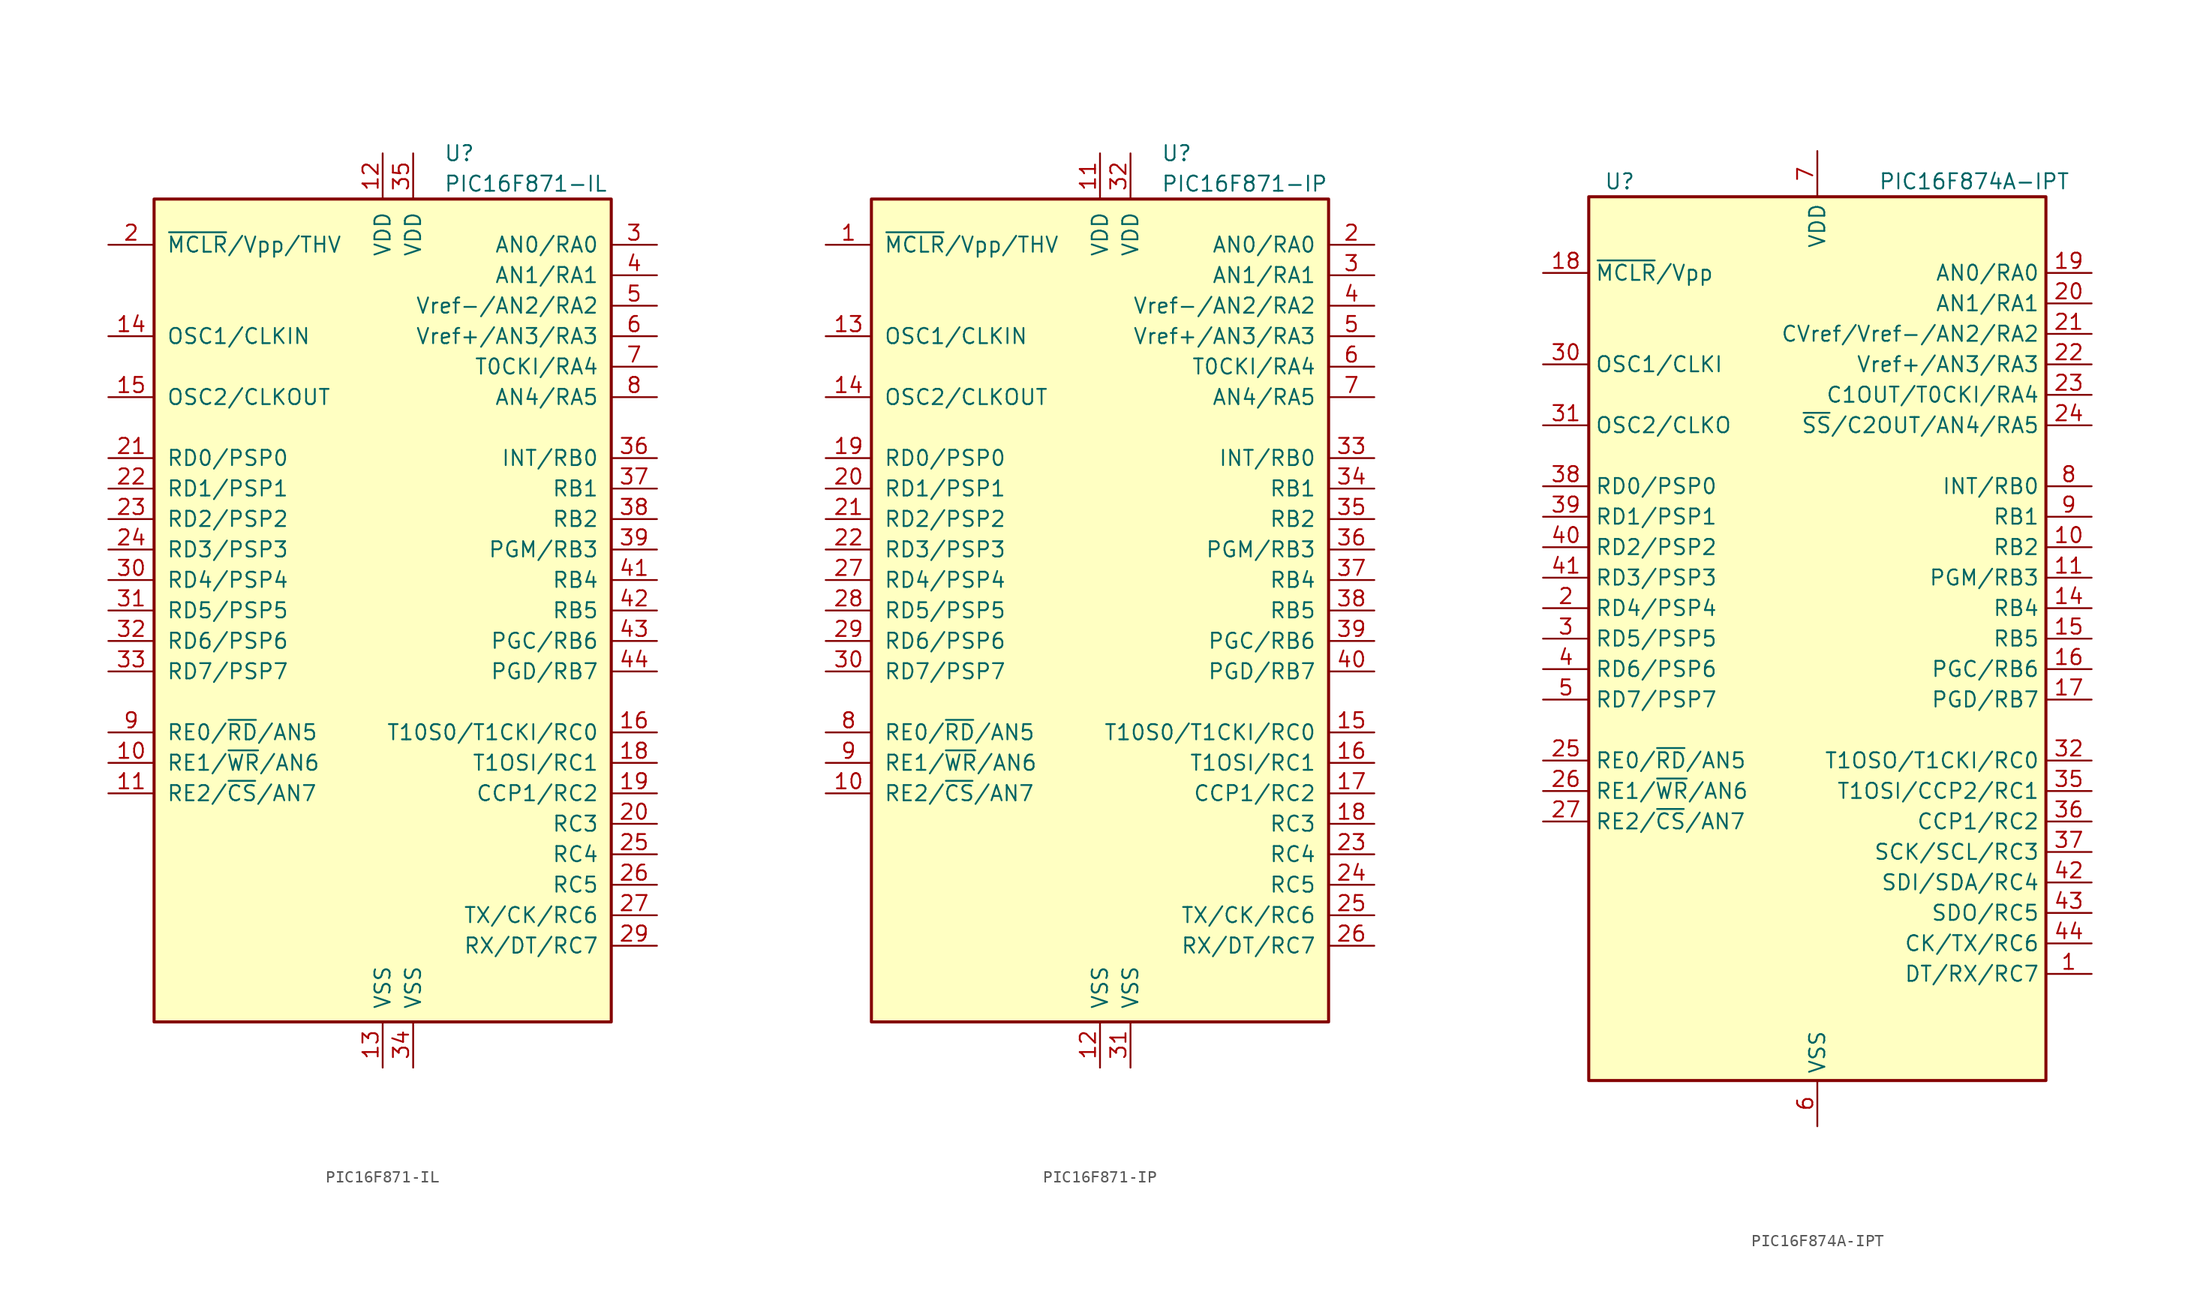
<source format=kicad_sym>
(kicad_symbol_lib
  (version 20241209)
  (generator "kicad_symbol_editor")
  (generator_version "9.0")
  (symbol "PIC16F871-IL"
    (pin_names
      (offset 1.016))
    (property "Reference" "U"
      (at 5.08 38.1 0)
      (effects (font (size 1.27 1.27)) (justify left)))
    (property "Value" "PIC16F871-IL"
      (at 5.08 35.56 0)
      (effects (font (size 1.27 1.27)) (justify left)))
    (symbol "PIC16F871-IL_0_1"
      (rectangle (start -19.05 -34.29) (end 19.05 34.29) (stroke (width 0.254) (type default)) (fill (type background))))
    (symbol "PIC16F871-IL_1_1"
      (pin input line (at -22.86 30.48 0) (length 3.81) (name "~{MCLR}/Vpp/THV" (effects (font (size 1.27 1.27)))) (number "2" (effects (font (size 1.27 1.27)))))
      (pin input line (at -22.86 22.86 0) (length 3.81) (name "OSC1/CLKIN" (effects (font (size 1.27 1.27)))) (number "14" (effects (font (size 1.27 1.27)))))
      (pin output line (at -22.86 17.78 0) (length 3.81) (name "OSC2/CLKOUT" (effects (font (size 1.27 1.27)))) (number "15" (effects (font (size 1.27 1.27)))))
      (pin bidirectional line (at -22.86 12.7 0) (length 3.81) (name "RD0/PSP0" (effects (font (size 1.27 1.27)))) (number "21" (effects (font (size 1.27 1.27)))))
      (pin bidirectional line (at -22.86 10.16 0) (length 3.81) (name "RD1/PSP1" (effects (font (size 1.27 1.27)))) (number "22" (effects (font (size 1.27 1.27)))))
      (pin bidirectional line (at -22.86 7.62 0) (length 3.81) (name "RD2/PSP2" (effects (font (size 1.27 1.27)))) (number "23" (effects (font (size 1.27 1.27)))))
      (pin bidirectional line (at -22.86 5.08 0) (length 3.81) (name "RD3/PSP3" (effects (font (size 1.27 1.27)))) (number "24" (effects (font (size 1.27 1.27)))))
      (pin bidirectional line (at -22.86 2.54 0) (length 3.81) (name "RD4/PSP4" (effects (font (size 1.27 1.27)))) (number "30" (effects (font (size 1.27 1.27)))))
      (pin bidirectional line (at -22.86 0 0) (length 3.81) (name "RD5/PSP5" (effects (font (size 1.27 1.27)))) (number "31" (effects (font (size 1.27 1.27)))))
      (pin bidirectional line (at -22.86 -2.54 0) (length 3.81) (name "RD6/PSP6" (effects (font (size 1.27 1.27)))) (number "32" (effects (font (size 1.27 1.27)))))
      (pin bidirectional line (at -22.86 -5.08 0) (length 3.81) (name "RD7/PSP7" (effects (font (size 1.27 1.27)))) (number "33" (effects (font (size 1.27 1.27)))))
      (pin bidirectional line (at -22.86 -10.16 0) (length 3.81) (name "RE0/~{RD}/AN5" (effects (font (size 1.27 1.27)))) (number "9" (effects (font (size 1.27 1.27)))))
      (pin bidirectional line (at -22.86 -12.7 0) (length 3.81) (name "RE1/~{WR}/AN6" (effects (font (size 1.27 1.27)))) (number "10" (effects (font (size 1.27 1.27)))))
      (pin bidirectional line (at -22.86 -15.24 0) (length 3.81) (name "RE2/~{CS}/AN7" (effects (font (size 1.27 1.27)))) (number "11" (effects (font (size 1.27 1.27)))))
      (pin power_in line (at 0 38.1 270) (length 3.81) (name "VDD" (effects (font (size 1.27 1.27)))) (number "12" (effects (font (size 1.27 1.27)))))
      (pin power_in line (at 0 -38.1 90) (length 3.81) (name "VSS" (effects (font (size 1.27 1.27)))) (number "13" (effects (font (size 1.27 1.27)))))
      (pin power_in line (at 2.54 38.1 270) (length 3.81) (name "VDD" (effects (font (size 1.27 1.27)))) (number "35" (effects (font (size 1.27 1.27)))))
      (pin power_in line (at 2.54 -38.1 90) (length 3.81) (name "VSS" (effects (font (size 1.27 1.27)))) (number "34" (effects (font (size 1.27 1.27)))))
      (pin bidirectional line (at 22.86 30.48 180) (length 3.81) (name "AN0/RA0" (effects (font (size 1.27 1.27)))) (number "3" (effects (font (size 1.27 1.27)))))
      (pin bidirectional line (at 22.86 27.94 180) (length 3.81) (name "AN1/RA1" (effects (font (size 1.27 1.27)))) (number "4" (effects (font (size 1.27 1.27)))))
      (pin bidirectional line (at 22.86 25.4 180) (length 3.81) (name "Vref-/AN2/RA2" (effects (font (size 1.27 1.27)))) (number "5" (effects (font (size 1.27 1.27)))))
      (pin bidirectional line (at 22.86 22.86 180) (length 3.81) (name "Vref+/AN3/RA3" (effects (font (size 1.27 1.27)))) (number "6" (effects (font (size 1.27 1.27)))))
      (pin bidirectional line (at 22.86 20.32 180) (length 3.81) (name "T0CKI/RA4" (effects (font (size 1.27 1.27)))) (number "7" (effects (font (size 1.27 1.27)))))
      (pin bidirectional line (at 22.86 17.78 180) (length 3.81) (name "AN4/RA5" (effects (font (size 1.27 1.27)))) (number "8" (effects (font (size 1.27 1.27)))))
      (pin bidirectional line (at 22.86 12.7 180) (length 3.81) (name "INT/RB0" (effects (font (size 1.27 1.27)))) (number "36" (effects (font (size 1.27 1.27)))))
      (pin bidirectional line (at 22.86 10.16 180) (length 3.81) (name "RB1" (effects (font (size 1.27 1.27)))) (number "37" (effects (font (size 1.27 1.27)))))
      (pin bidirectional line (at 22.86 7.62 180) (length 3.81) (name "RB2" (effects (font (size 1.27 1.27)))) (number "38" (effects (font (size 1.27 1.27)))))
      (pin bidirectional line (at 22.86 5.08 180) (length 3.81) (name "PGM/RB3" (effects (font (size 1.27 1.27)))) (number "39" (effects (font (size 1.27 1.27)))))
      (pin bidirectional line (at 22.86 2.54 180) (length 3.81) (name "RB4" (effects (font (size 1.27 1.27)))) (number "41" (effects (font (size 1.27 1.27)))))
      (pin bidirectional line (at 22.86 0 180) (length 3.81) (name "RB5" (effects (font (size 1.27 1.27)))) (number "42" (effects (font (size 1.27 1.27)))))
      (pin bidirectional line (at 22.86 -2.54 180) (length 3.81) (name "PGC/RB6" (effects (font (size 1.27 1.27)))) (number "43" (effects (font (size 1.27 1.27)))))
      (pin bidirectional line (at 22.86 -5.08 180) (length 3.81) (name "PGD/RB7" (effects (font (size 1.27 1.27)))) (number "44" (effects (font (size 1.27 1.27)))))
      (pin bidirectional line (at 22.86 -10.16 180) (length 3.81) (name "T10S0/T1CKI/RC0" (effects (font (size 1.27 1.27)))) (number "16" (effects (font (size 1.27 1.27)))))
      (pin bidirectional line (at 22.86 -12.7 180) (length 3.81) (name "T1OSI/RC1" (effects (font (size 1.27 1.27)))) (number "18" (effects (font (size 1.27 1.27)))))
      (pin bidirectional line (at 22.86 -15.24 180) (length 3.81) (name "CCP1/RC2" (effects (font (size 1.27 1.27)))) (number "19" (effects (font (size 1.27 1.27)))))
      (pin bidirectional line (at 22.86 -17.78 180) (length 3.81) (name "RC3" (effects (font (size 1.27 1.27)))) (number "20" (effects (font (size 1.27 1.27)))))
      (pin bidirectional line (at 22.86 -20.32 180) (length 3.81) (name "RC4" (effects (font (size 1.27 1.27)))) (number "25" (effects (font (size 1.27 1.27)))))
      (pin bidirectional line (at 22.86 -22.86 180) (length 3.81) (name "RC5" (effects (font (size 1.27 1.27)))) (number "26" (effects (font (size 1.27 1.27)))))
      (pin bidirectional line (at 22.86 -25.4 180) (length 3.81) (name "TX/CK/RC6" (effects (font (size 1.27 1.27)))) (number "27" (effects (font (size 1.27 1.27)))))
      (pin bidirectional line (at 22.86 -27.94 180) (length 3.81) (name "RX/DT/RC7" (effects (font (size 1.27 1.27)))) (number "29" (effects (font (size 1.27 1.27)))))))
  (symbol "PIC16F871-IP"
    (pin_names
      (offset 1.016))
    (property "Reference" "U"
      (at 5.08 38.1 0)
      (effects (font (size 1.27 1.27)) (justify left)))
    (property "Value" "PIC16F871-IP"
      (at 5.08 35.56 0)
      (effects (font (size 1.27 1.27)) (justify left)))
    (symbol "PIC16F871-IP_0_1"
      (rectangle (start -19.05 -34.29) (end 19.05 34.29) (stroke (width 0.254) (type default)) (fill (type background))))
    (symbol "PIC16F871-IP_1_1"
      (pin input line (at -22.86 30.48 0) (length 3.81) (name "~{MCLR}/Vpp/THV" (effects (font (size 1.27 1.27)))) (number "1" (effects (font (size 1.27 1.27)))))
      (pin input line (at -22.86 22.86 0) (length 3.81) (name "OSC1/CLKIN" (effects (font (size 1.27 1.27)))) (number "13" (effects (font (size 1.27 1.27)))))
      (pin output line (at -22.86 17.78 0) (length 3.81) (name "OSC2/CLKOUT" (effects (font (size 1.27 1.27)))) (number "14" (effects (font (size 1.27 1.27)))))
      (pin bidirectional line (at -22.86 12.7 0) (length 3.81) (name "RD0/PSP0" (effects (font (size 1.27 1.27)))) (number "19" (effects (font (size 1.27 1.27)))))
      (pin bidirectional line (at -22.86 10.16 0) (length 3.81) (name "RD1/PSP1" (effects (font (size 1.27 1.27)))) (number "20" (effects (font (size 1.27 1.27)))))
      (pin bidirectional line (at -22.86 7.62 0) (length 3.81) (name "RD2/PSP2" (effects (font (size 1.27 1.27)))) (number "21" (effects (font (size 1.27 1.27)))))
      (pin bidirectional line (at -22.86 5.08 0) (length 3.81) (name "RD3/PSP3" (effects (font (size 1.27 1.27)))) (number "22" (effects (font (size 1.27 1.27)))))
      (pin bidirectional line (at -22.86 2.54 0) (length 3.81) (name "RD4/PSP4" (effects (font (size 1.27 1.27)))) (number "27" (effects (font (size 1.27 1.27)))))
      (pin bidirectional line (at -22.86 0 0) (length 3.81) (name "RD5/PSP5" (effects (font (size 1.27 1.27)))) (number "28" (effects (font (size 1.27 1.27)))))
      (pin bidirectional line (at -22.86 -2.54 0) (length 3.81) (name "RD6/PSP6" (effects (font (size 1.27 1.27)))) (number "29" (effects (font (size 1.27 1.27)))))
      (pin bidirectional line (at -22.86 -5.08 0) (length 3.81) (name "RD7/PSP7" (effects (font (size 1.27 1.27)))) (number "30" (effects (font (size 1.27 1.27)))))
      (pin bidirectional line (at -22.86 -10.16 0) (length 3.81) (name "RE0/~{RD}/AN5" (effects (font (size 1.27 1.27)))) (number "8" (effects (font (size 1.27 1.27)))))
      (pin bidirectional line (at -22.86 -12.7 0) (length 3.81) (name "RE1/~{WR}/AN6" (effects (font (size 1.27 1.27)))) (number "9" (effects (font (size 1.27 1.27)))))
      (pin bidirectional line (at -22.86 -15.24 0) (length 3.81) (name "RE2/~{CS}/AN7" (effects (font (size 1.27 1.27)))) (number "10" (effects (font (size 1.27 1.27)))))
      (pin power_in line (at 0 38.1 270) (length 3.81) (name "VDD" (effects (font (size 1.27 1.27)))) (number "11" (effects (font (size 1.27 1.27)))))
      (pin power_in line (at 0 -38.1 90) (length 3.81) (name "VSS" (effects (font (size 1.27 1.27)))) (number "12" (effects (font (size 1.27 1.27)))))
      (pin power_in line (at 2.54 38.1 270) (length 3.81) (name "VDD" (effects (font (size 1.27 1.27)))) (number "32" (effects (font (size 1.27 1.27)))))
      (pin power_in line (at 2.54 -38.1 90) (length 3.81) (name "VSS" (effects (font (size 1.27 1.27)))) (number "31" (effects (font (size 1.27 1.27)))))
      (pin bidirectional line (at 22.86 30.48 180) (length 3.81) (name "AN0/RA0" (effects (font (size 1.27 1.27)))) (number "2" (effects (font (size 1.27 1.27)))))
      (pin bidirectional line (at 22.86 27.94 180) (length 3.81) (name "AN1/RA1" (effects (font (size 1.27 1.27)))) (number "3" (effects (font (size 1.27 1.27)))))
      (pin bidirectional line (at 22.86 25.4 180) (length 3.81) (name "Vref-/AN2/RA2" (effects (font (size 1.27 1.27)))) (number "4" (effects (font (size 1.27 1.27)))))
      (pin bidirectional line (at 22.86 22.86 180) (length 3.81) (name "Vref+/AN3/RA3" (effects (font (size 1.27 1.27)))) (number "5" (effects (font (size 1.27 1.27)))))
      (pin bidirectional line (at 22.86 20.32 180) (length 3.81) (name "T0CKI/RA4" (effects (font (size 1.27 1.27)))) (number "6" (effects (font (size 1.27 1.27)))))
      (pin bidirectional line (at 22.86 17.78 180) (length 3.81) (name "AN4/RA5" (effects (font (size 1.27 1.27)))) (number "7" (effects (font (size 1.27 1.27)))))
      (pin bidirectional line (at 22.86 12.7 180) (length 3.81) (name "INT/RB0" (effects (font (size 1.27 1.27)))) (number "33" (effects (font (size 1.27 1.27)))))
      (pin bidirectional line (at 22.86 10.16 180) (length 3.81) (name "RB1" (effects (font (size 1.27 1.27)))) (number "34" (effects (font (size 1.27 1.27)))))
      (pin bidirectional line (at 22.86 7.62 180) (length 3.81) (name "RB2" (effects (font (size 1.27 1.27)))) (number "35" (effects (font (size 1.27 1.27)))))
      (pin bidirectional line (at 22.86 5.08 180) (length 3.81) (name "PGM/RB3" (effects (font (size 1.27 1.27)))) (number "36" (effects (font (size 1.27 1.27)))))
      (pin bidirectional line (at 22.86 2.54 180) (length 3.81) (name "RB4" (effects (font (size 1.27 1.27)))) (number "37" (effects (font (size 1.27 1.27)))))
      (pin bidirectional line (at 22.86 0 180) (length 3.81) (name "RB5" (effects (font (size 1.27 1.27)))) (number "38" (effects (font (size 1.27 1.27)))))
      (pin bidirectional line (at 22.86 -2.54 180) (length 3.81) (name "PGC/RB6" (effects (font (size 1.27 1.27)))) (number "39" (effects (font (size 1.27 1.27)))))
      (pin bidirectional line (at 22.86 -5.08 180) (length 3.81) (name "PGD/RB7" (effects (font (size 1.27 1.27)))) (number "40" (effects (font (size 1.27 1.27)))))
      (pin bidirectional line (at 22.86 -10.16 180) (length 3.81) (name "T10S0/T1CKI/RC0" (effects (font (size 1.27 1.27)))) (number "15" (effects (font (size 1.27 1.27)))))
      (pin bidirectional line (at 22.86 -12.7 180) (length 3.81) (name "T1OSI/RC1" (effects (font (size 1.27 1.27)))) (number "16" (effects (font (size 1.27 1.27)))))
      (pin bidirectional line (at 22.86 -15.24 180) (length 3.81) (name "CCP1/RC2" (effects (font (size 1.27 1.27)))) (number "17" (effects (font (size 1.27 1.27)))))
      (pin bidirectional line (at 22.86 -17.78 180) (length 3.81) (name "RC3" (effects (font (size 1.27 1.27)))) (number "18" (effects (font (size 1.27 1.27)))))
      (pin bidirectional line (at 22.86 -20.32 180) (length 3.81) (name "RC4" (effects (font (size 1.27 1.27)))) (number "23" (effects (font (size 1.27 1.27)))))
      (pin bidirectional line (at 22.86 -22.86 180) (length 3.81) (name "RC5" (effects (font (size 1.27 1.27)))) (number "24" (effects (font (size 1.27 1.27)))))
      (pin bidirectional line (at 22.86 -25.4 180) (length 3.81) (name "TX/CK/RC6" (effects (font (size 1.27 1.27)))) (number "25" (effects (font (size 1.27 1.27)))))
      (pin bidirectional line (at 22.86 -27.94 180) (length 3.81) (name "RX/DT/RC7" (effects (font (size 1.27 1.27)))) (number "26" (effects (font (size 1.27 1.27)))))))
  (symbol "PIC16F874A-IPT"
    (property "Reference" "U"
      (at -17.78 38.1 0)
      (effects (font (size 1.27 1.27)) (justify left)))
    (property "Value" "PIC16F874A-IPT"
      (at 5.08 38.1 0)
      (effects (font (size 1.27 1.27)) (justify left)))
    (symbol "PIC16F874A-IPT_0_1"
      (rectangle (start -19.05 36.83) (end 19.05 -36.83) (stroke (width 0.254) (type default)) (fill (type background))))
    (symbol "PIC16F874A-IPT_1_1"
      (pin input line (at -22.86 30.48 0) (length 3.81) (name "~{MCLR}/Vpp" (effects (font (size 1.27 1.27)))) (number "18" (effects (font (size 1.27 1.27)))))
      (pin input line (at -22.86 22.86 0) (length 3.81) (name "OSC1/CLKI" (effects (font (size 1.27 1.27)))) (number "30" (effects (font (size 1.27 1.27)))))
      (pin output line (at -22.86 17.78 0) (length 3.81) (name "OSC2/CLKO" (effects (font (size 1.27 1.27)))) (number "31" (effects (font (size 1.27 1.27)))))
      (pin bidirectional line (at -22.86 12.7 0) (length 3.81) (name "RD0/PSP0" (effects (font (size 1.27 1.27)))) (number "38" (effects (font (size 1.27 1.27)))))
      (pin bidirectional line (at -22.86 10.16 0) (length 3.81) (name "RD1/PSP1" (effects (font (size 1.27 1.27)))) (number "39" (effects (font (size 1.27 1.27)))))
      (pin bidirectional line (at -22.86 7.62 0) (length 3.81) (name "RD2/PSP2" (effects (font (size 1.27 1.27)))) (number "40" (effects (font (size 1.27 1.27)))))
      (pin bidirectional line (at -22.86 5.08 0) (length 3.81) (name "RD3/PSP3" (effects (font (size 1.27 1.27)))) (number "41" (effects (font (size 1.27 1.27)))))
      (pin bidirectional line (at -22.86 2.54 0) (length 3.81) (name "RD4/PSP4" (effects (font (size 1.27 1.27)))) (number "2" (effects (font (size 1.27 1.27)))))
      (pin bidirectional line (at -22.86 0 0) (length 3.81) (name "RD5/PSP5" (effects (font (size 1.27 1.27)))) (number "3" (effects (font (size 1.27 1.27)))))
      (pin bidirectional line (at -22.86 -2.54 0) (length 3.81) (name "RD6/PSP6" (effects (font (size 1.27 1.27)))) (number "4" (effects (font (size 1.27 1.27)))))
      (pin bidirectional line (at -22.86 -5.08 0) (length 3.81) (name "RD7/PSP7" (effects (font (size 1.27 1.27)))) (number "5" (effects (font (size 1.27 1.27)))))
      (pin bidirectional line (at -22.86 -10.16 0) (length 3.81) (name "RE0/~{RD}/AN5" (effects (font (size 1.27 1.27)))) (number "25" (effects (font (size 1.27 1.27)))))
      (pin bidirectional line (at -22.86 -12.7 0) (length 3.81) (name "RE1/~{WR}/AN6" (effects (font (size 1.27 1.27)))) (number "26" (effects (font (size 1.27 1.27)))))
      (pin bidirectional line (at -22.86 -15.24 0) (length 3.81) (name "RE2/~{CS}/AN7" (effects (font (size 1.27 1.27)))) (number "27" (effects (font (size 1.27 1.27)))))
      (pin no_connect line (at -10.16 -40.64 90) (length 3.81) (hide yes) (name "NC" (effects (font (size 1.27 1.27)))) (number "34" (effects (font (size 1.27 1.27)))))
      (pin no_connect line (at -7.62 -40.64 90) (length 3.81) (hide yes) (name "NC" (effects (font (size 1.27 1.27)))) (number "33" (effects (font (size 1.27 1.27)))))
      (pin no_connect line (at -5.08 -40.64 90) (length 3.81) (hide yes) (name "NC" (effects (font (size 1.27 1.27)))) (number "13" (effects (font (size 1.27 1.27)))))
      (pin no_connect line (at -2.54 -40.64 90) (length 3.81) (hide yes) (name "NC" (effects (font (size 1.27 1.27)))) (number "12" (effects (font (size 1.27 1.27)))))
      (pin passive line (at 0 40.64 270) (length 3.81) (hide yes) (name "VDD" (effects (font (size 1.27 1.27)))) (number "28" (effects (font (size 1.27 1.27)))))
      (pin power_in line (at 0 40.64 270) (length 3.81) (name "VDD" (effects (font (size 1.27 1.27)))) (number "7" (effects (font (size 1.27 1.27)))))
      (pin passive line (at 0 -40.64 90) (length 3.81) (hide yes) (name "VSS" (effects (font (size 1.27 1.27)))) (number "29" (effects (font (size 1.27 1.27)))))
      (pin power_in line (at 0 -40.64 90) (length 3.81) (name "VSS" (effects (font (size 1.27 1.27)))) (number "6" (effects (font (size 1.27 1.27)))))
      (pin bidirectional line (at 22.86 30.48 180) (length 3.81) (name "AN0/RA0" (effects (font (size 1.27 1.27)))) (number "19" (effects (font (size 1.27 1.27)))))
      (pin bidirectional line (at 22.86 27.94 180) (length 3.81) (name "AN1/RA1" (effects (font (size 1.27 1.27)))) (number "20" (effects (font (size 1.27 1.27)))))
      (pin bidirectional line (at 22.86 25.4 180) (length 3.81) (name "CVref/Vref-/AN2/RA2" (effects (font (size 1.27 1.27)))) (number "21" (effects (font (size 1.27 1.27)))))
      (pin bidirectional line (at 22.86 22.86 180) (length 3.81) (name "Vref+/AN3/RA3" (effects (font (size 1.27 1.27)))) (number "22" (effects (font (size 1.27 1.27)))))
      (pin bidirectional line (at 22.86 20.32 180) (length 3.81) (name "C1OUT/T0CKI/RA4" (effects (font (size 1.27 1.27)))) (number "23" (effects (font (size 1.27 1.27)))))
      (pin bidirectional line (at 22.86 17.78 180) (length 3.81) (name "~{SS}/C2OUT/AN4/RA5" (effects (font (size 1.27 1.27)))) (number "24" (effects (font (size 1.27 1.27)))))
      (pin bidirectional line (at 22.86 12.7 180) (length 3.81) (name "INT/RB0" (effects (font (size 1.27 1.27)))) (number "8" (effects (font (size 1.27 1.27)))))
      (pin bidirectional line (at 22.86 10.16 180) (length 3.81) (name "RB1" (effects (font (size 1.27 1.27)))) (number "9" (effects (font (size 1.27 1.27)))))
      (pin bidirectional line (at 22.86 7.62 180) (length 3.81) (name "RB2" (effects (font (size 1.27 1.27)))) (number "10" (effects (font (size 1.27 1.27)))))
      (pin bidirectional line (at 22.86 5.08 180) (length 3.81) (name "PGM/RB3" (effects (font (size 1.27 1.27)))) (number "11" (effects (font (size 1.27 1.27)))))
      (pin bidirectional line (at 22.86 2.54 180) (length 3.81) (name "RB4" (effects (font (size 1.27 1.27)))) (number "14" (effects (font (size 1.27 1.27)))))
      (pin bidirectional line (at 22.86 0 180) (length 3.81) (name "RB5" (effects (font (size 1.27 1.27)))) (number "15" (effects (font (size 1.27 1.27)))))
      (pin bidirectional line (at 22.86 -2.54 180) (length 3.81) (name "PGC/RB6" (effects (font (size 1.27 1.27)))) (number "16" (effects (font (size 1.27 1.27)))))
      (pin bidirectional line (at 22.86 -5.08 180) (length 3.81) (name "PGD/RB7" (effects (font (size 1.27 1.27)))) (number "17" (effects (font (size 1.27 1.27)))))
      (pin bidirectional line (at 22.86 -10.16 180) (length 3.81) (name "T1OSO/T1CKI/RC0" (effects (font (size 1.27 1.27)))) (number "32" (effects (font (size 1.27 1.27)))))
      (pin bidirectional line (at 22.86 -12.7 180) (length 3.81) (name "T1OSI/CCP2/RC1" (effects (font (size 1.27 1.27)))) (number "35" (effects (font (size 1.27 1.27)))))
      (pin bidirectional line (at 22.86 -15.24 180) (length 3.81) (name "CCP1/RC2" (effects (font (size 1.27 1.27)))) (number "36" (effects (font (size 1.27 1.27)))))
      (pin bidirectional line (at 22.86 -17.78 180) (length 3.81) (name "SCK/SCL/RC3" (effects (font (size 1.27 1.27)))) (number "37" (effects (font (size 1.27 1.27)))))
      (pin bidirectional line (at 22.86 -20.32 180) (length 3.81) (name "SDI/SDA/RC4" (effects (font (size 1.27 1.27)))) (number "42" (effects (font (size 1.27 1.27)))))
      (pin bidirectional line (at 22.86 -22.86 180) (length 3.81) (name "SDO/RC5" (effects (font (size 1.27 1.27)))) (number "43" (effects (font (size 1.27 1.27)))))
      (pin bidirectional line (at 22.86 -25.4 180) (length 3.81) (name "CK/TX/RC6" (effects (font (size 1.27 1.27)))) (number "44" (effects (font (size 1.27 1.27)))))
      (pin bidirectional line (at 22.86 -27.94 180) (length 3.81) (name "DT/RX/RC7" (effects (font (size 1.27 1.27)))) (number "1" (effects (font (size 1.27 1.27))))))))
</source>
